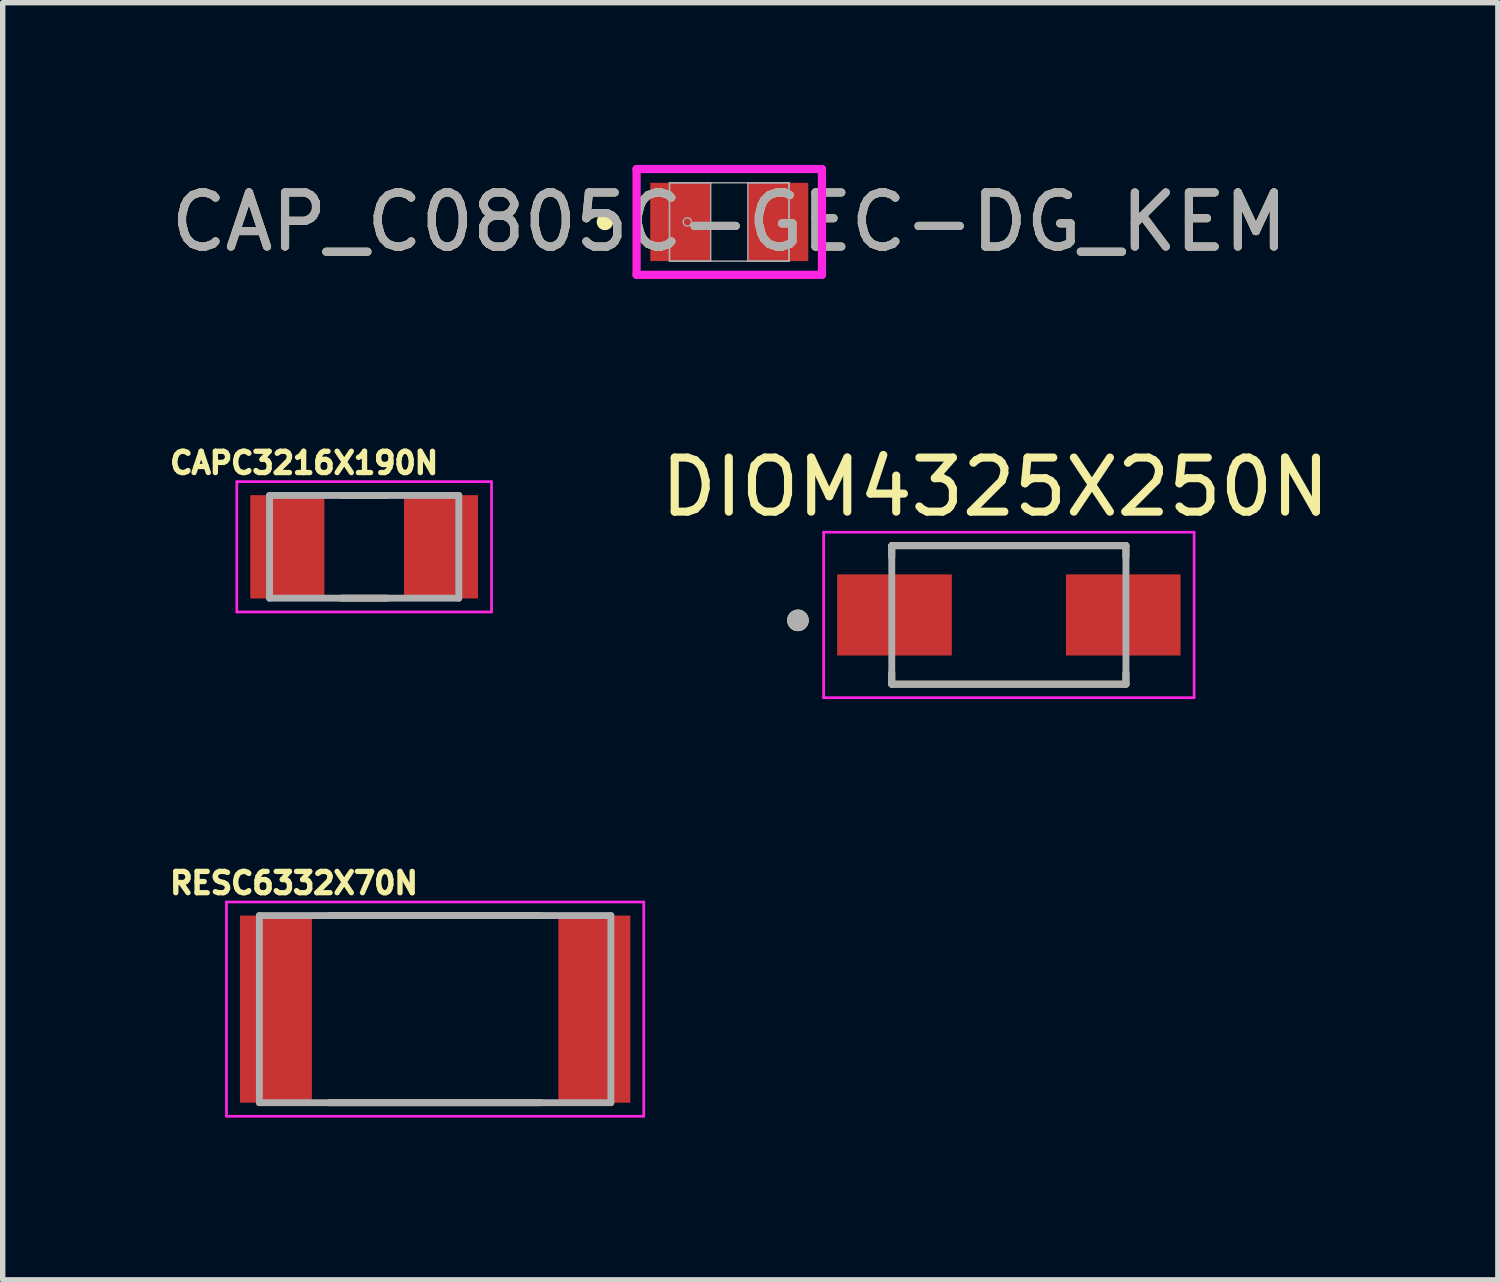
<source format=kicad_pcb>
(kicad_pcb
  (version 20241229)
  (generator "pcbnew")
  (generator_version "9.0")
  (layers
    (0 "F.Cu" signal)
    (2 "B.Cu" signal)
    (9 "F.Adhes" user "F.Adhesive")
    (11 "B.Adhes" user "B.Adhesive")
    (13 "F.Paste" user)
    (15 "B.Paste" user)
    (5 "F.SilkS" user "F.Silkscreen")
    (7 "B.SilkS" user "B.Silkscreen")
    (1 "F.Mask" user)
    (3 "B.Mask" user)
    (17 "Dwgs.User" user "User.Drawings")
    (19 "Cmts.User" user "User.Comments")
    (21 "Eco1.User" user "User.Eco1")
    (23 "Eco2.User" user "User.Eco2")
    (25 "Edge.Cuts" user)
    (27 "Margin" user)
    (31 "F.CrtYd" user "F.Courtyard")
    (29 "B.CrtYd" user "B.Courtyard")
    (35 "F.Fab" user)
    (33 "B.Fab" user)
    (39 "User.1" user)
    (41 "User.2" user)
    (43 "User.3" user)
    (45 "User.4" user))
  (footprint "CAPC3216X190N"
    (layer "F.Cu")
    (at 3.684 7.061)
    (property "Reference" "CAPC3216X190N" (at -1.11 -1.55 0) (layer "F.SilkS") (effects (font (size 0.394 0.394) (thickness 0.15))))
    (attr smd)
    (fp_line (start -0.42 -0.95) (end 0.42 -0.95) (stroke (width 0.127) (type solid)) (layer "F.SilkS"))
    (fp_line (start -0.42 0.95) (end 0.42 0.95) (stroke (width 0.127) (type solid)) (layer "F.SilkS"))
    (fp_line (start -2.355 -1.205) (end 2.355 -1.205) (stroke (width 0.05) (type solid)) (layer "F.CrtYd"))
    (fp_line (start -2.355 1.205) (end -2.355 -1.205) (stroke (width 0.05) (type solid)) (layer "F.CrtYd"))
    (fp_line (start -2.355 1.205) (end 2.355 1.205) (stroke (width 0.05) (type solid)) (layer "F.CrtYd"))
    (fp_line (start 2.355 1.205) (end 2.355 -1.205) (stroke (width 0.05) (type solid)) (layer "F.CrtYd"))
    (fp_line (start -1.75 0.95) (end -1.75 -0.95) (stroke (width 0.127) (type solid)) (layer "F.Fab"))
    (fp_line (start 1.75 -0.95) (end -1.75 -0.95) (stroke (width 0.127) (type solid)) (layer "F.Fab"))
    (fp_line (start 1.75 0.95) (end -1.75 0.95) (stroke (width 0.127) (type solid)) (layer "F.Fab"))
    (fp_line (start 1.75 0.95) (end 1.75 -0.95) (stroke (width 0.127) (type solid)) (layer "F.Fab"))
    (pad "1" smd rect (at -1.421 0) (size 1.37 1.91) (layers "F.Cu" "F.Mask" "F.Paste"))
    (pad "2" smd rect (at 1.421 0) (size 1.37 1.91) (layers "F.Cu" "F.Mask" "F.Paste")))
  (footprint "CAP_C0805C-GEC-DG_KEM"
    (layer "F.Cu")
    (at 10.435 1.054)
    (property "Reference" "CAP_C0805C-GEC-DG_KEM" (at 0 0 0) (unlocked yes) (layer "F.SilkS") (effects (font (size 1 1) (thickness 0.15))))
    (attr smd)
    (fp_circle (center -2.299 0) (end -2.223 0) (stroke (width 0.152) (type solid)) (fill no) (layer "F.SilkS"))
    (fp_line (start -1.714 -0.978) (end 1.714 -0.978) (stroke (width 0.152) (type solid)) (layer "F.CrtYd"))
    (fp_line (start -1.714 0.978) (end -1.714 -0.978) (stroke (width 0.152) (type solid)) (layer "F.CrtYd"))
    (fp_line (start 1.714 -0.978) (end 1.714 0.978) (stroke (width 0.152) (type solid)) (layer "F.CrtYd"))
    (fp_line (start 1.714 0.978) (end -1.714 0.978) (stroke (width 0.152) (type solid)) (layer "F.CrtYd"))
    (fp_line (start -1.105 -0.724) (end -1.105 0.724) (stroke (width 0.025) (type solid)) (layer "F.Fab"))
    (fp_line (start -1.105 -0.724) (end -1.105 0.724) (stroke (width 0.025) (type solid)) (layer "F.Fab"))
    (fp_line (start -1.105 0.724) (end -0.343 0.724) (stroke (width 0.025) (type solid)) (layer "F.Fab"))
    (fp_line (start -1.105 0.724) (end 1.105 0.724) (stroke (width 0.025) (type solid)) (layer "F.Fab"))
    (fp_line (start -0.343 -0.724) (end -1.105 -0.724) (stroke (width 0.025) (type solid)) (layer "F.Fab"))
    (fp_line (start -0.343 0.724) (end -0.343 -0.724) (stroke (width 0.025) (type solid)) (layer "F.Fab"))
    (fp_line (start 0.343 -0.724) (end 0.343 0.724) (stroke (width 0.025) (type solid)) (layer "F.Fab"))
    (fp_line (start 0.343 0.724) (end 1.105 0.724) (stroke (width 0.025) (type solid)) (layer "F.Fab"))
    (fp_line (start 1.105 -0.724) (end -1.105 -0.724) (stroke (width 0.025) (type solid)) (layer "F.Fab"))
    (fp_line (start 1.105 -0.724) (end 0.343 -0.724) (stroke (width 0.025) (type solid)) (layer "F.Fab"))
    (fp_line (start 1.105 0.724) (end 1.105 -0.724) (stroke (width 0.025) (type solid)) (layer "F.Fab"))
    (fp_line (start 1.105 0.724) (end 1.105 -0.724) (stroke (width 0.025) (type solid)) (layer "F.Fab"))
    (fp_circle (center -0.775 0) (end -0.699 0) (stroke (width 0.025) (type solid)) (fill no) (layer "F.Fab"))
    (fp_text user "${REFERENCE}" (at 0 0 0) (unlocked yes) (layer "F.Fab") (effects (font (size 1 1) (thickness 0.15))))
    (pad "1" smd rect (at -0.902 0) (size 1.118 1.448) (layers "F.Cu" "F.Mask" "F.Paste"))
    (pad "2" smd rect (at 0.902 0) (size 1.118 1.448) (layers "F.Cu" "F.Mask" "F.Paste"))
    (zone (net_name "") (layer "F.Cu") (hatch full 0.508) (connect_pads) (min_thickness 0.254) (filled_areas_thickness no) (keepout (tracks not_allowed) (vias not_allowed) (pads allowed) (copperpour not_allowed) (footprints allowed)) (placement (enabled no)) (fill) (polygon (pts (xy 10.142 0.381) (xy 10.727 0.381) (xy 10.727 1.727) (xy 10.142 1.727)))))
  (footprint "DIOM4325X250N"
    (layer "F.Cu")
    (at 15.605 8.321)
    (property "Reference" "DIOM4325X250N" (at -0.25 -2.365 0) (layer "F.SilkS") (effects (font (size 1 1) (thickness 0.15))))
    (attr smd)
    (fp_line (start -2.165 -1.28) (end -2.165 -1.07) (stroke (width 0.127) (type solid)) (layer "F.SilkS"))
    (fp_line (start -2.165 1.28) (end -2.165 1.07) (stroke (width 0.127) (type solid)) (layer "F.SilkS"))
    (fp_line (start -2.165 1.28) (end 2.165 1.28) (stroke (width 0.127) (type solid)) (layer "F.SilkS"))
    (fp_line (start 2.165 -1.28) (end -2.165 -1.28) (stroke (width 0.127) (type solid)) (layer "F.SilkS"))
    (fp_line (start 2.165 -1.07) (end 2.165 -1.28) (stroke (width 0.127) (type solid)) (layer "F.SilkS"))
    (fp_line (start 2.165 1.28) (end 2.165 1.07) (stroke (width 0.127) (type solid)) (layer "F.SilkS"))
    (fp_circle (center -3.9 0.1) (end -3.8 0.1) (stroke (width 0.2) (type solid)) (fill no) (layer "F.SilkS"))
    (fp_line (start -3.425 -1.53) (end -3.425 1.53) (stroke (width 0.05) (type solid)) (layer "F.CrtYd"))
    (fp_line (start -3.425 1.53) (end 3.425 1.53) (stroke (width 0.05) (type solid)) (layer "F.CrtYd"))
    (fp_line (start 3.425 -1.53) (end -3.425 -1.53) (stroke (width 0.05) (type solid)) (layer "F.CrtYd"))
    (fp_line (start 3.425 1.53) (end 3.425 -1.53) (stroke (width 0.05) (type solid)) (layer "F.CrtYd"))
    (fp_line (start -2.165 -1.28) (end -2.165 1.28) (stroke (width 0.127) (type solid)) (layer "F.Fab"))
    (fp_line (start -2.165 1.28) (end 2.165 1.28) (stroke (width 0.127) (type solid)) (layer "F.Fab"))
    (fp_line (start 2.165 -1.28) (end -2.165 -1.28) (stroke (width 0.127) (type solid)) (layer "F.Fab"))
    (fp_line (start 2.165 1.28) (end 2.165 -1.28) (stroke (width 0.127) (type solid)) (layer "F.Fab"))
    (fp_circle (center -3.9 0.1) (end -3.8 0.1) (stroke (width 0.2) (type solid)) (fill no) (layer "F.Fab"))
    (pad "1" smd rect (at -2.115 0) (size 2.12 1.5) (layers "F.Cu" "F.Mask" "F.Paste"))
    (pad "2" smd rect (at 2.115 0) (size 2.12 1.5) (layers "F.Cu" "F.Mask" "F.Paste")))
  (footprint "RESC6332X70N"
    (layer "F.Cu")
    (at 4.996 15.61)
    (property "Reference" "RESC6332X70N" (at -2.61 -2.33 0) (layer "F.SilkS") (effects (font (size 0.394 0.394) (thickness 0.15))))
    (attr smd)
    (fp_line (start -1.96 -1.73) (end 1.96 -1.73) (stroke (width 0.127) (type solid)) (layer "F.SilkS"))
    (fp_line (start -1.96 1.73) (end 1.96 1.73) (stroke (width 0.127) (type solid)) (layer "F.SilkS"))
    (fp_line (start -3.858 -1.981) (end 3.858 -1.981) (stroke (width 0.05) (type solid)) (layer "F.CrtYd"))
    (fp_line (start -3.858 1.981) (end -3.858 -1.981) (stroke (width 0.05) (type solid)) (layer "F.CrtYd"))
    (fp_line (start -3.858 1.981) (end 3.858 1.981) (stroke (width 0.05) (type solid)) (layer "F.CrtYd"))
    (fp_line (start 3.858 1.981) (end 3.858 -1.981) (stroke (width 0.05) (type solid)) (layer "F.CrtYd"))
    (fp_line (start -3.25 1.73) (end -3.25 -1.73) (stroke (width 0.127) (type solid)) (layer "F.Fab"))
    (fp_line (start 3.25 -1.73) (end -3.25 -1.73) (stroke (width 0.127) (type solid)) (layer "F.Fab"))
    (fp_line (start 3.25 1.73) (end -3.25 1.73) (stroke (width 0.127) (type solid)) (layer "F.Fab"))
    (fp_line (start 3.25 1.73) (end 3.25 -1.73) (stroke (width 0.127) (type solid)) (layer "F.Fab"))
    (pad "1" smd rect (at -2.944 0) (size 1.33 3.46) (layers "F.Cu" "F.Mask" "F.Paste"))
    (pad "2" smd rect (at 2.944 0) (size 1.33 3.46) (layers "F.Cu" "F.Mask" "F.Paste")))
  (gr_rect
    (start -3 -3)
    (end 24.647 20.616)
    (stroke (width 0.1) (type default))
    (fill no)
    (layer "Edge.Cuts")))
</source>
